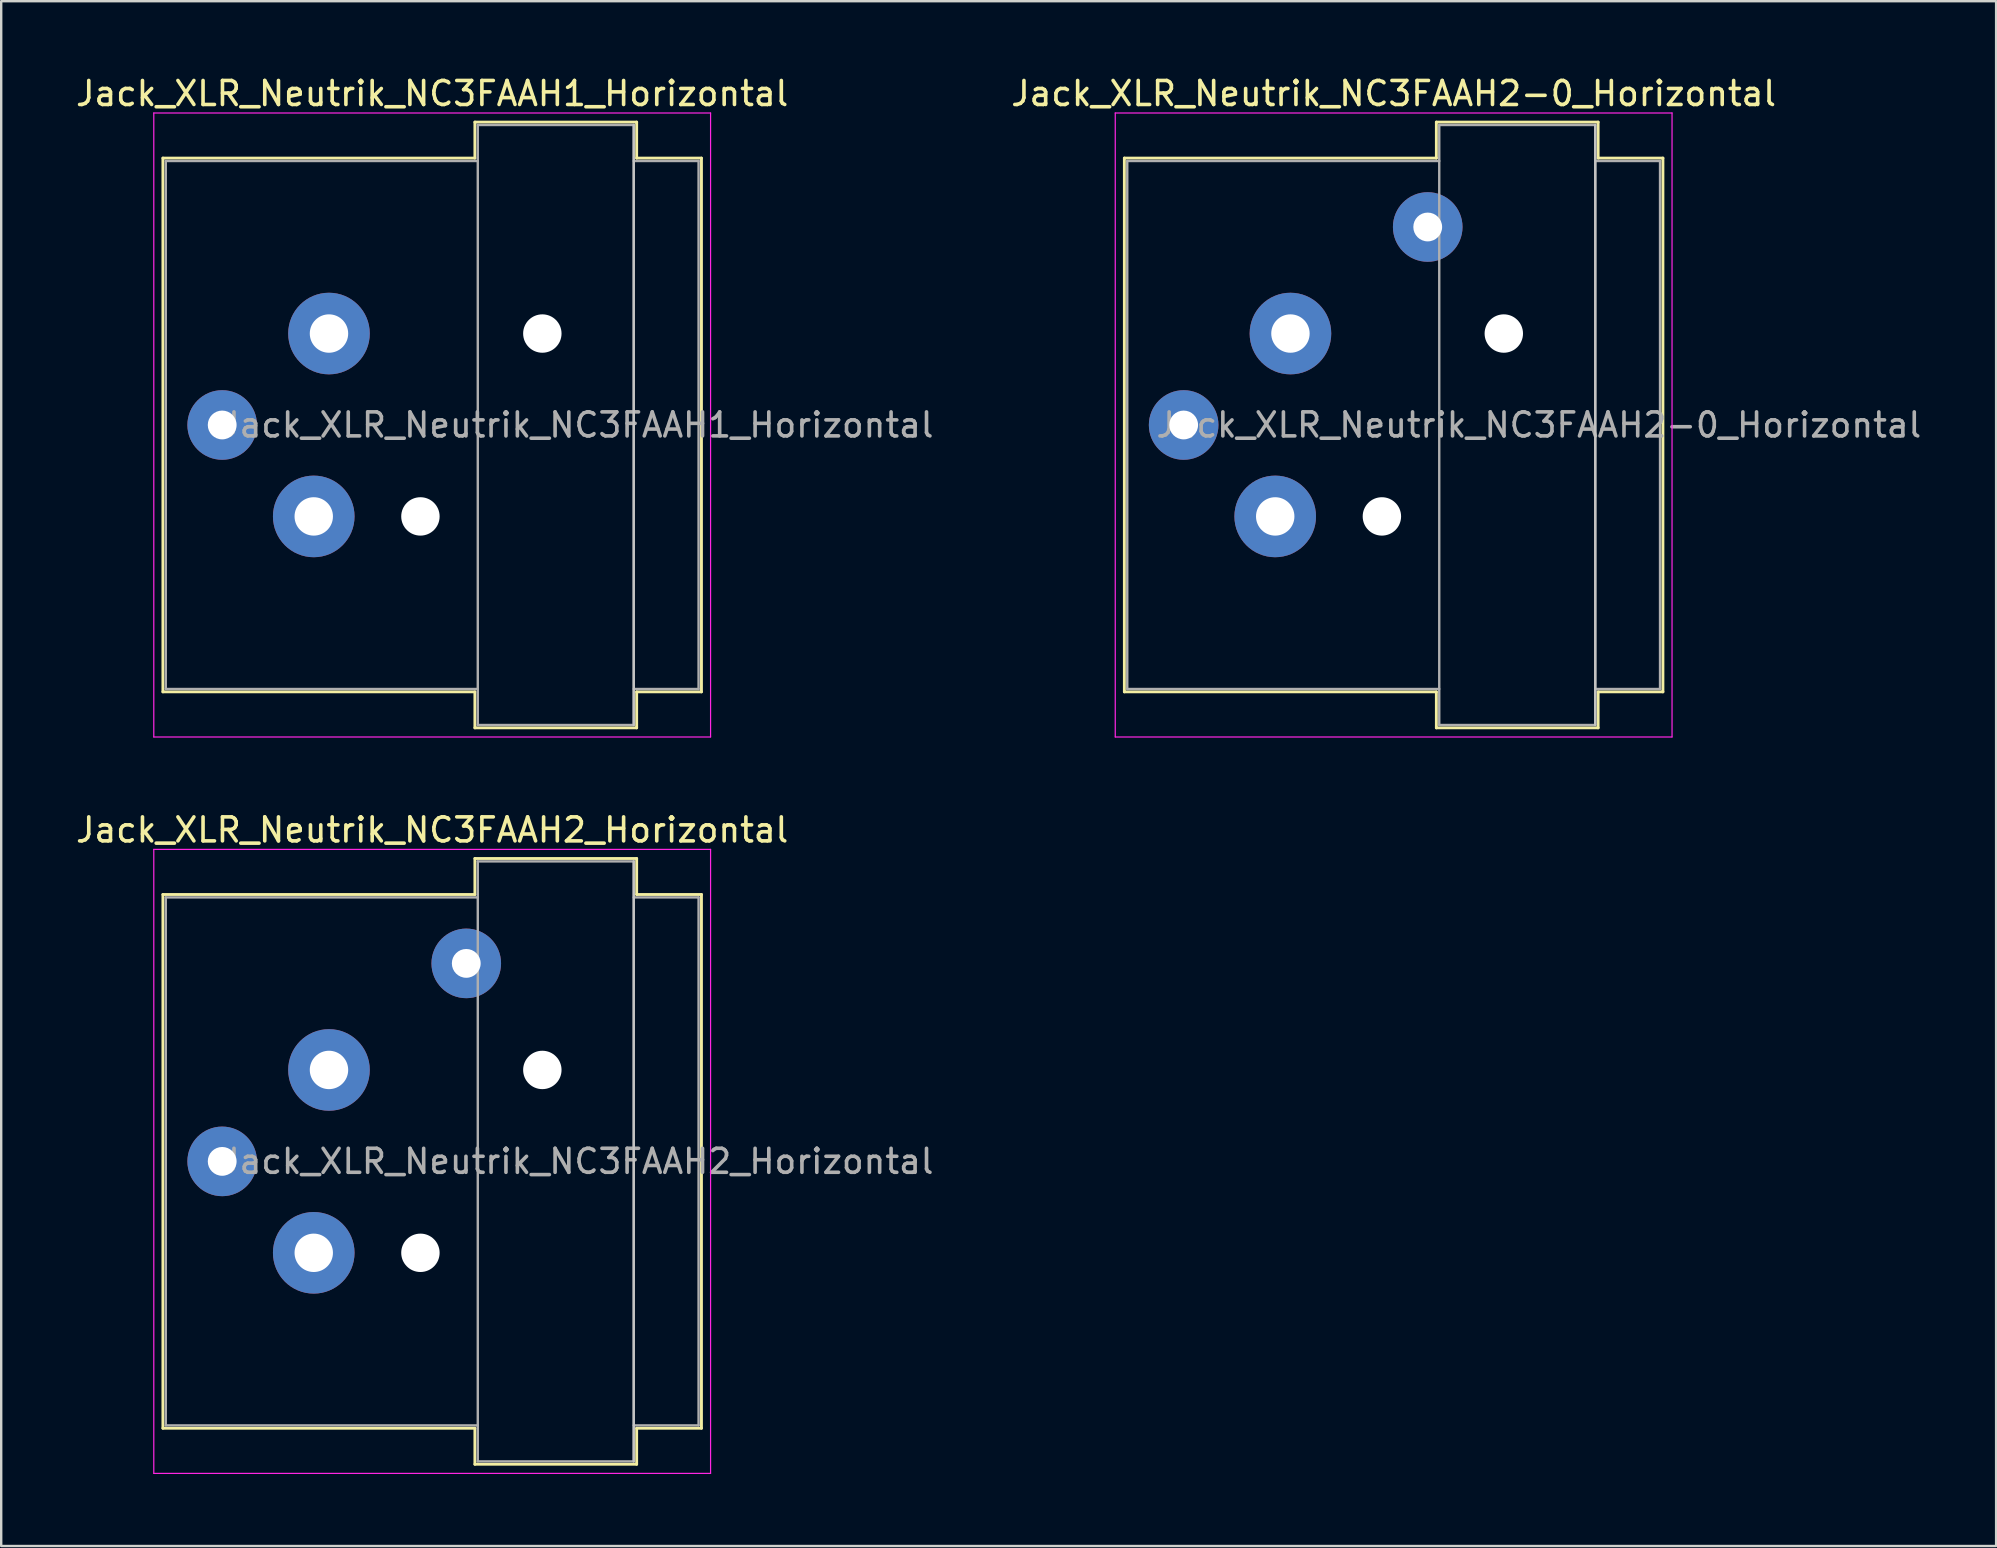
<source format=kicad_pcb>
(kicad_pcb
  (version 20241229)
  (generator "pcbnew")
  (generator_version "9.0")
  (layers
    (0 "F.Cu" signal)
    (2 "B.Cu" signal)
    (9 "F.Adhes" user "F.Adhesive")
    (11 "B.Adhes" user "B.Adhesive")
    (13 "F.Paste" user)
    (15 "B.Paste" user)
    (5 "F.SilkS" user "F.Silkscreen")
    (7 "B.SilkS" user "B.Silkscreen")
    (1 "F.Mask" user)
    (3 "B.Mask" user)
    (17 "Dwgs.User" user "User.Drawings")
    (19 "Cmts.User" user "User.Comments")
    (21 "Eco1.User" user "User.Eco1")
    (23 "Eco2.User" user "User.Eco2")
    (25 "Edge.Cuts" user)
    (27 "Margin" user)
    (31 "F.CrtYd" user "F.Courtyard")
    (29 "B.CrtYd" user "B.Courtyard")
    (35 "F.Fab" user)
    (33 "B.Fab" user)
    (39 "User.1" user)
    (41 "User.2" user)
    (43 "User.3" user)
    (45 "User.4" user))
  (footprint "Jack_XLR_Neutrik_NC3FAAH1_Horizontal"
    (layer "F.Cu")
    (at 10.658 10.848)
    (property "Reference" "Jack_XLR_Neutrik_NC3FAAH1_Horizontal" (at 4.3 -10 0) (layer "F.SilkS") (effects (font (size 1 1) (thickness 0.15))))
    (attr through_hole)
    (fp_line (start -6.92 -7.31) (end -6.92 14.93) (stroke (width 0.12) (type solid)) (layer "F.SilkS"))
    (fp_line (start 6.08 -7.31) (end -6.92 -7.31) (stroke (width 0.12) (type solid)) (layer "F.SilkS"))
    (fp_line (start 6.08 -7.31) (end 6.08 -8.81) (stroke (width 0.12) (type solid)) (layer "F.SilkS"))
    (fp_line (start 6.08 14.93) (end -6.92 14.93) (stroke (width 0.12) (type solid)) (layer "F.SilkS"))
    (fp_line (start 6.08 16.43) (end 6.08 14.93) (stroke (width 0.12) (type solid)) (layer "F.SilkS"))
    (fp_line (start 12.82 -8.81) (end 6.08 -8.81) (stroke (width 0.12) (type solid)) (layer "F.SilkS"))
    (fp_line (start 12.82 -8.81) (end 12.82 -7.31) (stroke (width 0.12) (type solid)) (layer "F.SilkS"))
    (fp_line (start 12.82 -7.31) (end 15.52 -7.31) (stroke (width 0.12) (type solid)) (layer "F.SilkS"))
    (fp_line (start 12.82 14.93) (end 12.82 16.43) (stroke (width 0.12) (type solid)) (layer "F.SilkS"))
    (fp_line (start 12.82 14.93) (end 15.52 14.93) (stroke (width 0.12) (type solid)) (layer "F.SilkS"))
    (fp_line (start 12.82 16.43) (end 6.08 16.43) (stroke (width 0.12) (type solid)) (layer "F.SilkS"))
    (fp_line (start 15.52 -7.31) (end 15.52 14.93) (stroke (width 0.12) (type solid)) (layer "F.SilkS"))
    (fp_line (start 12.7 -8.69) (end 12.7 16.31) (stroke (width 0.1) (type solid)) (layer "Dwgs.User"))
    (fp_line (start -7.3 -9.19) (end -7.3 16.81) (stroke (width 0.05) (type solid)) (layer "F.CrtYd"))
    (fp_line (start 15.9 -9.19) (end -7.3 -9.19) (stroke (width 0.05) (type solid)) (layer "F.CrtYd"))
    (fp_line (start 15.9 -9.19) (end 15.9 16.81) (stroke (width 0.05) (type solid)) (layer "F.CrtYd"))
    (fp_line (start 15.9 16.81) (end -7.3 16.81) (stroke (width 0.05) (type solid)) (layer "F.CrtYd"))
    (fp_line (start -6.8 -7.19) (end -6.8 14.81) (stroke (width 0.1) (type solid)) (layer "F.Fab"))
    (fp_line (start -6.8 14.81) (end 6.2 14.81) (stroke (width 0.1) (type solid)) (layer "F.Fab"))
    (fp_line (start 6.2 -8.69) (end 12.7 -8.69) (stroke (width 0.1) (type solid)) (layer "F.Fab"))
    (fp_line (start 6.2 -7.19) (end -6.8 -7.19) (stroke (width 0.1) (type solid)) (layer "F.Fab"))
    (fp_line (start 6.2 16.31) (end 6.2 -8.69) (stroke (width 0.1) (type solid)) (layer "F.Fab"))
    (fp_line (start 12.7 -8.69) (end 12.7 16.31) (stroke (width 0.1) (type solid)) (layer "F.Fab"))
    (fp_line (start 12.7 -7.19) (end 15.4 -7.19) (stroke (width 0.1) (type solid)) (layer "F.Fab"))
    (fp_line (start 12.7 16.31) (end 6.2 16.31) (stroke (width 0.1) (type solid)) (layer "F.Fab"))
    (fp_line (start 15.4 -7.19) (end 15.4 14.81) (stroke (width 0.1) (type solid)) (layer "F.Fab"))
    (fp_line (start 15.4 14.81) (end 12.7 14.81) (stroke (width 0.1) (type solid)) (layer "F.Fab"))
    (fp_text user "${REFERENCE}" (at 10.35 3.81 0) (layer "F.Fab") (effects (font (size 1 1) (thickness 0.15))))
    (pad "" np_thru_hole circle (at 3.81 7.62) (size 1.6 1.6) (drill 1.6) (layers "*.Cu" "*.Mask"))
    (pad "" np_thru_hole circle (at 8.89 0) (size 1.6 1.6) (drill 1.6) (layers "*.Cu" "*.Mask"))
    (pad "1" thru_hole circle (at 0 0) (size 3.4 3.4) (drill 1.6) (layers "*.Cu" "*.Mask"))
    (pad "2" thru_hole circle (at -0.635 7.62) (size 3.4 3.4) (drill 1.6) (layers "*.Cu" "*.Mask"))
    (pad "3" thru_hole circle (at -4.45 3.81) (size 2.9 2.9) (drill 1.2) (layers "*.Cu" "*.Mask")))
  (footprint "Jack_XLR_Neutrik_NC3FAAH2_Horizontal"
    (layer "F.Cu")
    (at 10.658 41.532)
    (property "Reference" "Jack_XLR_Neutrik_NC3FAAH2_Horizontal" (at 4.3 -10 0) (layer "F.SilkS") (effects (font (size 1 1) (thickness 0.15))))
    (attr through_hole)
    (fp_line (start -6.92 -7.31) (end -6.92 14.93) (stroke (width 0.12) (type solid)) (layer "F.SilkS"))
    (fp_line (start 6.08 -7.31) (end -6.92 -7.31) (stroke (width 0.12) (type solid)) (layer "F.SilkS"))
    (fp_line (start 6.08 -7.31) (end 6.08 -8.81) (stroke (width 0.12) (type solid)) (layer "F.SilkS"))
    (fp_line (start 6.08 14.93) (end -6.92 14.93) (stroke (width 0.12) (type solid)) (layer "F.SilkS"))
    (fp_line (start 6.08 16.43) (end 6.08 14.93) (stroke (width 0.12) (type solid)) (layer "F.SilkS"))
    (fp_line (start 12.82 -8.81) (end 6.08 -8.81) (stroke (width 0.12) (type solid)) (layer "F.SilkS"))
    (fp_line (start 12.82 -8.81) (end 12.82 -7.31) (stroke (width 0.12) (type solid)) (layer "F.SilkS"))
    (fp_line (start 12.82 -7.31) (end 15.52 -7.31) (stroke (width 0.12) (type solid)) (layer "F.SilkS"))
    (fp_line (start 12.82 14.93) (end 12.82 16.43) (stroke (width 0.12) (type solid)) (layer "F.SilkS"))
    (fp_line (start 12.82 14.93) (end 15.52 14.93) (stroke (width 0.12) (type solid)) (layer "F.SilkS"))
    (fp_line (start 12.82 16.43) (end 6.08 16.43) (stroke (width 0.12) (type solid)) (layer "F.SilkS"))
    (fp_line (start 15.52 -7.31) (end 15.52 14.93) (stroke (width 0.12) (type solid)) (layer "F.SilkS"))
    (fp_line (start 12.7 -8.69) (end 12.7 16.31) (stroke (width 0.1) (type solid)) (layer "Dwgs.User"))
    (fp_line (start -7.3 -9.19) (end -7.3 16.81) (stroke (width 0.05) (type solid)) (layer "F.CrtYd"))
    (fp_line (start 15.9 -9.19) (end -7.3 -9.19) (stroke (width 0.05) (type solid)) (layer "F.CrtYd"))
    (fp_line (start 15.9 -9.19) (end 15.9 16.81) (stroke (width 0.05) (type solid)) (layer "F.CrtYd"))
    (fp_line (start 15.9 16.81) (end -7.3 16.81) (stroke (width 0.05) (type solid)) (layer "F.CrtYd"))
    (fp_line (start -6.8 -7.19) (end -6.8 14.81) (stroke (width 0.1) (type solid)) (layer "F.Fab"))
    (fp_line (start -6.8 14.81) (end 6.2 14.81) (stroke (width 0.1) (type solid)) (layer "F.Fab"))
    (fp_line (start 6.2 -8.69) (end 12.7 -8.69) (stroke (width 0.1) (type solid)) (layer "F.Fab"))
    (fp_line (start 6.2 -7.19) (end -6.8 -7.19) (stroke (width 0.1) (type solid)) (layer "F.Fab"))
    (fp_line (start 6.2 16.31) (end 6.2 -8.69) (stroke (width 0.1) (type solid)) (layer "F.Fab"))
    (fp_line (start 12.7 -8.69) (end 12.7 16.31) (stroke (width 0.1) (type solid)) (layer "F.Fab"))
    (fp_line (start 12.7 -7.19) (end 15.4 -7.19) (stroke (width 0.1) (type solid)) (layer "F.Fab"))
    (fp_line (start 12.7 16.31) (end 6.2 16.31) (stroke (width 0.1) (type solid)) (layer "F.Fab"))
    (fp_line (start 15.4 -7.19) (end 15.4 14.81) (stroke (width 0.1) (type solid)) (layer "F.Fab"))
    (fp_line (start 15.4 14.81) (end 12.7 14.81) (stroke (width 0.1) (type solid)) (layer "F.Fab"))
    (fp_text user "${REFERENCE}" (at 10.35 3.81 0) (layer "F.Fab") (effects (font (size 1 1) (thickness 0.15))))
    (pad "" np_thru_hole circle (at 3.81 7.62) (size 1.6 1.6) (drill 1.6) (layers "*.Cu" "*.Mask"))
    (pad "" np_thru_hole circle (at 8.89 0) (size 1.6 1.6) (drill 1.6) (layers "*.Cu" "*.Mask"))
    (pad "1" thru_hole circle (at 0 0) (size 3.4 3.4) (drill 1.6) (layers "*.Cu" "*.Mask"))
    (pad "2" thru_hole circle (at -0.635 7.62) (size 3.4 3.4) (drill 1.6) (layers "*.Cu" "*.Mask"))
    (pad "3" thru_hole circle (at -4.45 3.81) (size 2.9 2.9) (drill 1.2) (layers "*.Cu" "*.Mask"))
    (pad "G" thru_hole circle (at 5.72 -4.44) (size 2.9 2.9) (drill 1.2) (layers "*.Cu" "*.Mask")))
  (footprint "Jack_XLR_Neutrik_NC3FAAH2-0_Horizontal"
    (layer "F.Cu")
    (at 50.72 10.848)
    (property "Reference" "Jack_XLR_Neutrik_NC3FAAH2-0_Horizontal" (at 4.3 -10 0) (layer "F.SilkS") (effects (font (size 1 1) (thickness 0.15))))
    (attr through_hole)
    (fp_line (start -6.92 -7.31) (end -6.92 14.93) (stroke (width 0.12) (type solid)) (layer "F.SilkS"))
    (fp_line (start 6.08 -7.31) (end -6.92 -7.31) (stroke (width 0.12) (type solid)) (layer "F.SilkS"))
    (fp_line (start 6.08 -7.31) (end 6.08 -8.81) (stroke (width 0.12) (type solid)) (layer "F.SilkS"))
    (fp_line (start 6.08 14.93) (end -6.92 14.93) (stroke (width 0.12) (type solid)) (layer "F.SilkS"))
    (fp_line (start 6.08 16.43) (end 6.08 14.93) (stroke (width 0.12) (type solid)) (layer "F.SilkS"))
    (fp_line (start 12.82 -8.81) (end 6.08 -8.81) (stroke (width 0.12) (type solid)) (layer "F.SilkS"))
    (fp_line (start 12.82 -8.81) (end 12.82 -7.31) (stroke (width 0.12) (type solid)) (layer "F.SilkS"))
    (fp_line (start 12.82 -7.31) (end 15.52 -7.31) (stroke (width 0.12) (type solid)) (layer "F.SilkS"))
    (fp_line (start 12.82 14.93) (end 12.82 16.43) (stroke (width 0.12) (type solid)) (layer "F.SilkS"))
    (fp_line (start 12.82 14.93) (end 15.52 14.93) (stroke (width 0.12) (type solid)) (layer "F.SilkS"))
    (fp_line (start 12.82 16.43) (end 6.08 16.43) (stroke (width 0.12) (type solid)) (layer "F.SilkS"))
    (fp_line (start 15.52 -7.31) (end 15.52 14.93) (stroke (width 0.12) (type solid)) (layer "F.SilkS"))
    (fp_line (start 12.7 -8.69) (end 12.7 16.31) (stroke (width 0.1) (type solid)) (layer "Dwgs.User"))
    (fp_line (start -7.3 -9.19) (end -7.3 16.81) (stroke (width 0.05) (type solid)) (layer "F.CrtYd"))
    (fp_line (start 15.9 -9.19) (end -7.3 -9.19) (stroke (width 0.05) (type solid)) (layer "F.CrtYd"))
    (fp_line (start 15.9 -9.19) (end 15.9 16.81) (stroke (width 0.05) (type solid)) (layer "F.CrtYd"))
    (fp_line (start 15.9 16.81) (end -7.3 16.81) (stroke (width 0.05) (type solid)) (layer "F.CrtYd"))
    (fp_line (start -6.8 -7.19) (end -6.8 14.81) (stroke (width 0.1) (type solid)) (layer "F.Fab"))
    (fp_line (start -6.8 14.81) (end 6.2 14.81) (stroke (width 0.1) (type solid)) (layer "F.Fab"))
    (fp_line (start 6.2 -8.69) (end 12.7 -8.69) (stroke (width 0.1) (type solid)) (layer "F.Fab"))
    (fp_line (start 6.2 -7.19) (end -6.8 -7.19) (stroke (width 0.1) (type solid)) (layer "F.Fab"))
    (fp_line (start 6.2 16.31) (end 6.2 -8.69) (stroke (width 0.1) (type solid)) (layer "F.Fab"))
    (fp_line (start 12.7 -8.69) (end 12.7 16.31) (stroke (width 0.1) (type solid)) (layer "F.Fab"))
    (fp_line (start 12.7 -7.19) (end 15.4 -7.19) (stroke (width 0.1) (type solid)) (layer "F.Fab"))
    (fp_line (start 12.7 16.31) (end 6.2 16.31) (stroke (width 0.1) (type solid)) (layer "F.Fab"))
    (fp_line (start 15.4 -7.19) (end 15.4 14.81) (stroke (width 0.1) (type solid)) (layer "F.Fab"))
    (fp_line (start 15.4 14.81) (end 12.7 14.81) (stroke (width 0.1) (type solid)) (layer "F.Fab"))
    (fp_text user "${REFERENCE}" (at 10.35 3.81 0) (layer "F.Fab") (effects (font (size 1 1) (thickness 0.15))))
    (pad "" np_thru_hole circle (at 3.81 7.62) (size 1.6 1.6) (drill 1.6) (layers "*.Cu" "*.Mask"))
    (pad "" np_thru_hole circle (at 8.89 0) (size 1.6 1.6) (drill 1.6) (layers "*.Cu" "*.Mask"))
    (pad "1" thru_hole circle (at 0 0) (size 3.4 3.4) (drill 1.6) (layers "*.Cu" "*.Mask"))
    (pad "2" thru_hole circle (at -0.635 7.62) (size 3.4 3.4) (drill 1.6) (layers "*.Cu" "*.Mask"))
    (pad "3" thru_hole circle (at -4.45 3.81) (size 2.9 2.9) (drill 1.2) (layers "*.Cu" "*.Mask"))
    (pad "G" thru_hole circle (at 5.72 -4.44) (size 2.9 2.9) (drill 1.2) (layers "*.Cu" "*.Mask")))
  (gr_rect
    (start -3 -3)
    (end 80.124 61.367)
    (stroke (width 0.1) (type default))
    (fill no)
    (layer "Edge.Cuts")))
</source>
